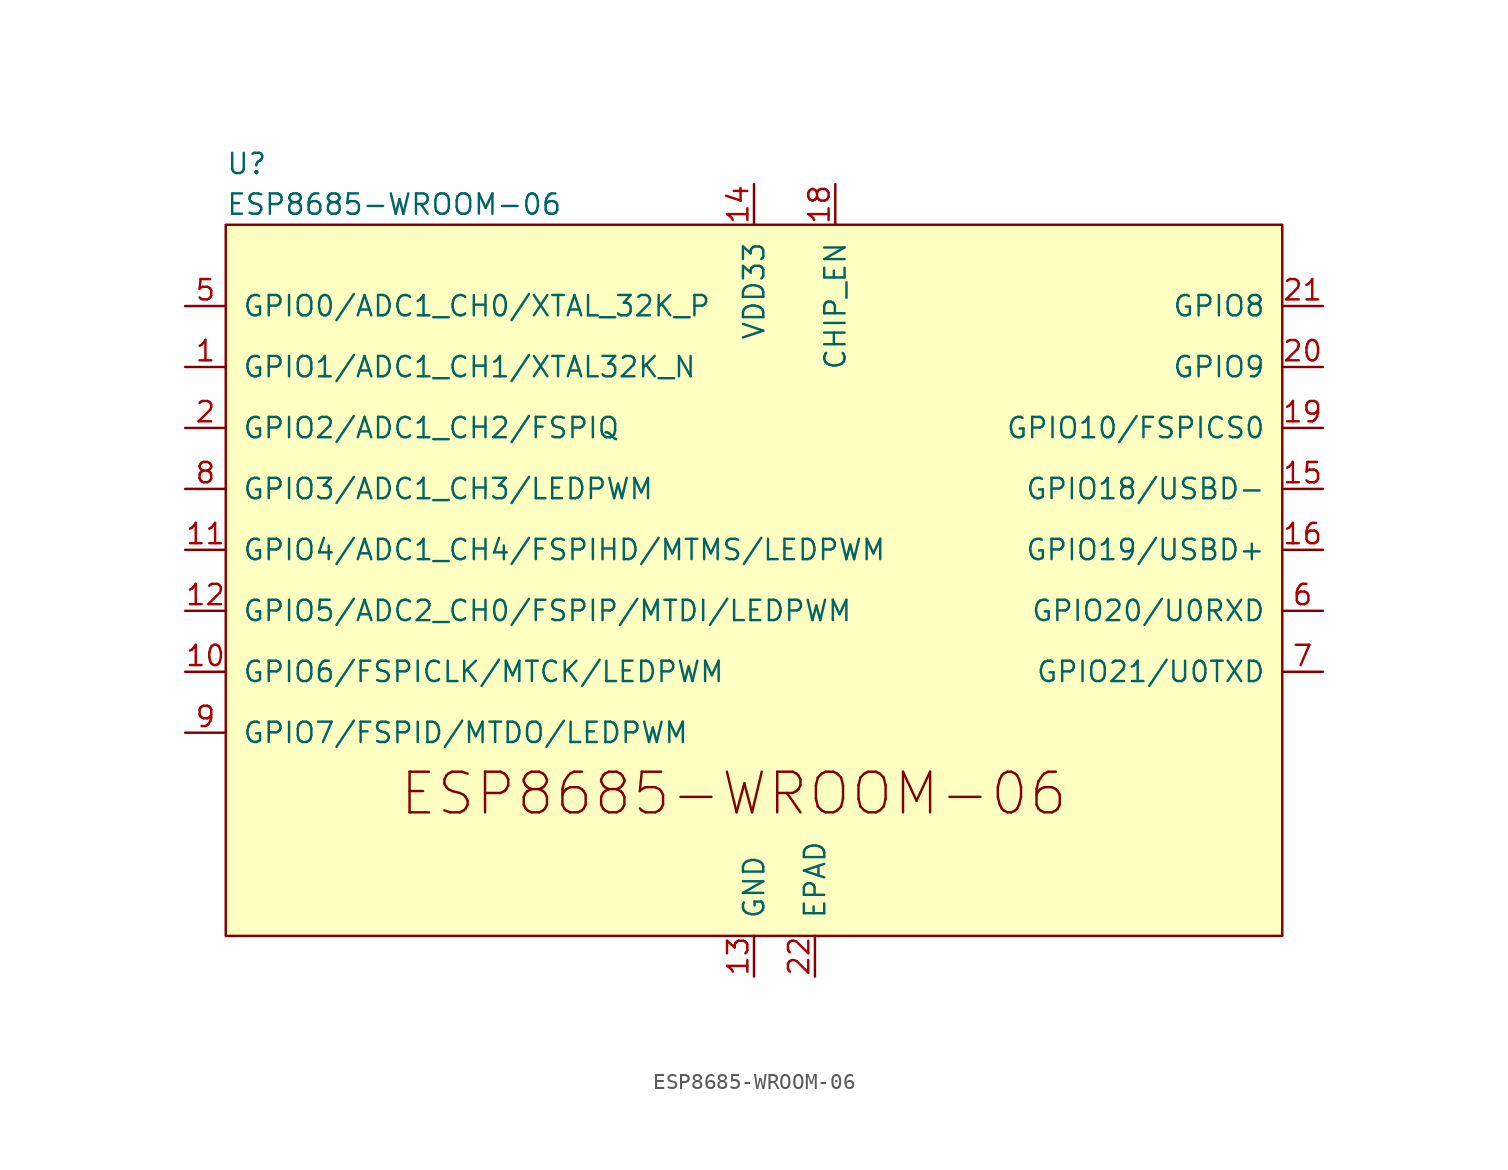
<source format=kicad_sym>
(kicad_symbol_lib
  (version 20220914)
  (generator kicad_symbol_editor)
  (symbol "ESP8685-WROOM-06"
    (pin_names
      (offset 1.016))
    (property "Reference" "U"
      (at -33.02 24.13 0)
      (effects (font (size 1.27 1.27)) (justify left)))
    (property "Value" "ESP8685-WROOM-06"
      (at -33.02 21.59 0)
      (effects (font (size 1.27 1.27)) (justify left)))
    (symbol "ESP8685-WROOM-06_0_1"
      (rectangle (start -33.02 20.32) (end 33.02 -24.13) (stroke (width 0) (type default)) (fill (type background))))
    (symbol "ESP8685-WROOM-06_1_0"
      (pin bidirectional line (at 35.56 15.24 180) (length 2.54) (name "GPIO8" (effects (font (size 1.27 1.27)))) (number "21" (effects (font (size 1.27 1.27))))))
    (symbol "ESP8685-WROOM-06_1_1"
      (text "ESP8685-WROOM-06" (at -1.27 -15.24 0) (effects (font (size 2.54 2.54))))
      (pin bidirectional line (at -35.56 11.43 0) (length 2.54) (name "GPIO1/ADC1_CH1/XTAL32K_N" (effects (font (size 1.27 1.27)))) (number "1" (effects (font (size 1.27 1.27)))))
      (pin bidirectional line (at -35.56 -7.62 0) (length 2.54) (name "GPIO6/FSPICLK/MTCK/LEDPWM" (effects (font (size 1.27 1.27)))) (number "10" (effects (font (size 1.27 1.27)))))
      (pin bidirectional line (at -35.56 0 0) (length 2.54) (name "GPIO4/ADC1_CH4/FSPIHD/MTMS/LEDPWM" (effects (font (size 1.27 1.27)))) (number "11" (effects (font (size 1.27 1.27)))))
      (pin bidirectional line (at -35.56 -3.81 0) (length 2.54) (name "GPIO5/ADC2_CH0/FSPIP/MTDI/LEDPWM" (effects (font (size 1.27 1.27)))) (number "12" (effects (font (size 1.27 1.27)))))
      (pin power_in line (at 0 -26.67 90) (length 2.54) (name "GND" (effects (font (size 1.27 1.27)))) (number "13" (effects (font (size 1.27 1.27)))))
      (pin power_in line (at 0 22.86 270) (length 2.54) (name "VDD33" (effects (font (size 1.27 1.27)))) (number "14" (effects (font (size 1.27 1.27)))))
      (pin bidirectional line (at 35.56 3.81 180) (length 2.54) (name "GPIO18/USBD-" (effects (font (size 1.27 1.27)))) (number "15" (effects (font (size 1.27 1.27)))))
      (pin bidirectional line (at 35.56 0 180) (length 2.54) (name "GPIO19/USBD+" (effects (font (size 1.27 1.27)))) (number "16" (effects (font (size 1.27 1.27)))))
      (pin no_connect non_logic (at 19.05 22.86 270) (length 2.54) hide (name "NC" (effects (font (size 1.27 1.27)))) (number "17" (effects (font (size 1.27 1.27)))))
      (pin input line (at 5.08 22.86 270) (length 2.54) (name "CHIP_EN" (effects (font (size 1.27 1.27)))) (number "18" (effects (font (size 1.27 1.27)))))
      (pin bidirectional line (at 35.56 7.62 180) (length 2.54) (name "GPIO10/FSPICS0" (effects (font (size 1.27 1.27)))) (number "19" (effects (font (size 1.27 1.27)))))
      (pin bidirectional line (at -35.56 7.62 0) (length 2.54) (name "GPIO2/ADC1_CH2/FSPIQ" (effects (font (size 1.27 1.27)))) (number "2" (effects (font (size 1.27 1.27)))))
      (pin bidirectional line (at 35.56 11.43 180) (length 2.54) (name "GPIO9" (effects (font (size 1.27 1.27)))) (number "20" (effects (font (size 1.27 1.27)))))
      (pin power_in line (at 3.81 -26.67 90) (length 2.54) (name "EPAD" (effects (font (size 1.27 1.27)))) (number "22" (effects (font (size 1.27 1.27)))))
      (pin no_connect non_logic (at 11.43 22.86 270) (length 2.54) hide (name "NC" (effects (font (size 1.27 1.27)))) (number "3" (effects (font (size 1.27 1.27)))))
      (pin no_connect non_logic (at 15.24 22.86 270) (length 2.54) hide (name "NC" (effects (font (size 1.27 1.27)))) (number "4" (effects (font (size 1.27 1.27)))))
      (pin bidirectional line (at -35.56 15.24 0) (length 2.54) (name "GPIO0/ADC1_CH0/XTAL_32K_P" (effects (font (size 1.27 1.27)))) (number "5" (effects (font (size 1.27 1.27)))))
      (pin bidirectional line (at 35.56 -3.81 180) (length 2.54) (name "GPIO20/U0RXD" (effects (font (size 1.27 1.27)))) (number "6" (effects (font (size 1.27 1.27)))))
      (pin bidirectional line (at 35.56 -7.62 180) (length 2.54) (name "GPIO21/U0TXD" (effects (font (size 1.27 1.27)))) (number "7" (effects (font (size 1.27 1.27)))))
      (pin bidirectional line (at -35.56 3.81 0) (length 2.54) (name "GPIO3/ADC1_CH3/LEDPWM" (effects (font (size 1.27 1.27)))) (number "8" (effects (font (size 1.27 1.27)))))
      (pin bidirectional line (at -35.56 -11.43 0) (length 2.54) (name "GPIO7/FSPID/MTDO/LEDPWM" (effects (font (size 1.27 1.27)))) (number "9" (effects (font (size 1.27 1.27))))))))
</source>
